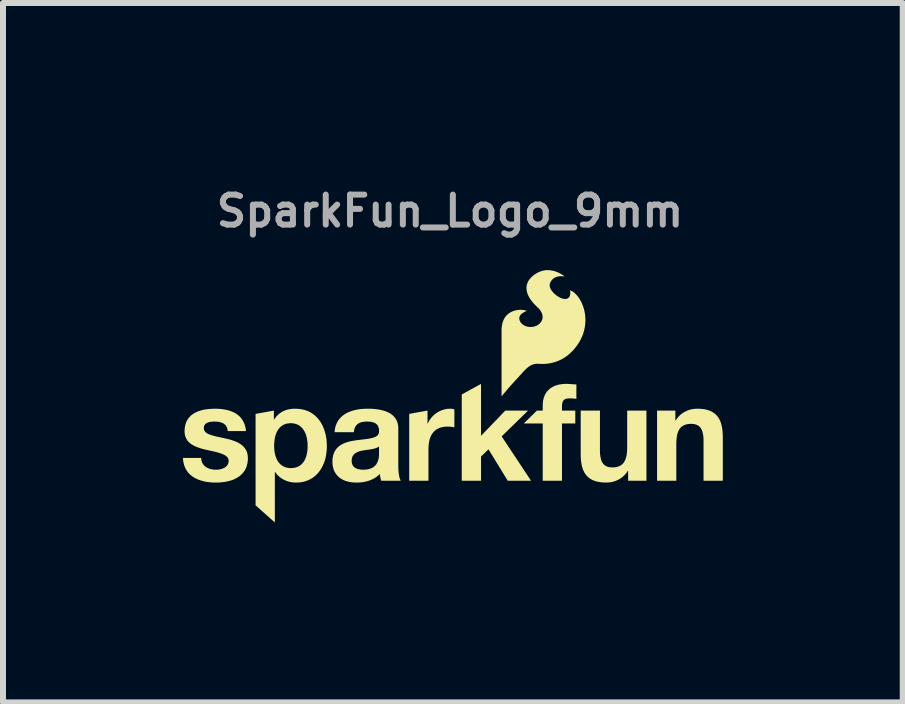
<source format=kicad_pcb>
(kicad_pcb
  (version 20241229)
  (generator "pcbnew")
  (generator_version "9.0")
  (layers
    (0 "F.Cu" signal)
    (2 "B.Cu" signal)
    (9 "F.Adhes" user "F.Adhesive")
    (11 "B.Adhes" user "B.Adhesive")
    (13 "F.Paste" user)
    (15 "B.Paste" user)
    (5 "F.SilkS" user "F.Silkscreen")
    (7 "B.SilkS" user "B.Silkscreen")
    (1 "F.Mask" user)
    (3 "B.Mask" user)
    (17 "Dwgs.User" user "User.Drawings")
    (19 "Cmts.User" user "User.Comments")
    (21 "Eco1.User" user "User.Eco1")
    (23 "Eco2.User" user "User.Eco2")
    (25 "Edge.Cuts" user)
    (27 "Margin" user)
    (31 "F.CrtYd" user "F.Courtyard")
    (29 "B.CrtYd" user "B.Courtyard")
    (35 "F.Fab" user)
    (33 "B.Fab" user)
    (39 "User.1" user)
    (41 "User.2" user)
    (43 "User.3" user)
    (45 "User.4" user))
  (footprint "SparkFun_Logo_9mm"
    (layer "F.Cu")
    (at 4.452 4.368)
    (property "Reference" "SparkFun_Logo_9mm" (at 0 -3.9 0) (layer "F.Fab") (effects (font (size 0.5 0.5) (thickness 0.1))))
    (attr board_only exclude_from_pos_files exclude_from_bom)
    (fp_poly (pts (xy 0.517 -0.152) (xy 0.922 -0.573) (xy 1.302 -0.573) (xy 0.861 -0.143) (xy 1.351 0.596) (xy 0.962 0.596) (xy 0.642 0.073) (xy 0.517 0.193) (xy 0.517 0.596) (xy 0.196 0.596) (xy 0.196 -0.842) (xy 0.517 -1.018)) (stroke (width 0) (type solid)) (fill yes) (layer "F.SilkS"))
    (fp_poly (pts (xy 0.007 -0.604) (xy 0.012 -0.604) (xy 0.016 -0.604) (xy 0.021 -0.604) (xy 0.029 -0.603) (xy 0.038 -0.601) (xy 0.047 -0.6) (xy 0.056 -0.598) (xy 0.064 -0.595) (xy 0.073 -0.593) (xy 0.073 -0.295) (xy 0.061 -0.297) (xy 0.047 -0.299) (xy 0.033 -0.301) (xy 0.018 -0.303) (xy 0.003 -0.304) (xy -0.013 -0.305) (xy -0.028 -0.306) (xy -0.043 -0.306) (xy -0.065 -0.306) (xy -0.085 -0.304) (xy -0.105 -0.302) (xy -0.125 -0.298) (xy -0.143 -0.294) (xy -0.16 -0.289) (xy -0.177 -0.283) (xy -0.192 -0.277) (xy -0.207 -0.269) (xy -0.221 -0.261) (xy -0.235 -0.252) (xy -0.247 -0.242) (xy -0.259 -0.232) (xy -0.27 -0.221) (xy -0.28 -0.209) (xy -0.29 -0.196) (xy -0.299 -0.183) (xy -0.307 -0.17) (xy -0.315 -0.156) (xy -0.322 -0.141) (xy -0.328 -0.126) (xy -0.334 -0.11) (xy -0.339 -0.094) (xy -0.343 -0.077) (xy -0.347 -0.06) (xy -0.35 -0.043) (xy -0.355 -0.007) (xy -0.358 0.031) (xy -0.359 0.069) (xy -0.359 0.596) (xy -0.68 0.596) (xy -0.68 -0.518) (xy -0.375 -0.573) (xy -0.375 -0.356) (xy -0.371 -0.356) (xy -0.365 -0.369) (xy -0.358 -0.383) (xy -0.351 -0.396) (xy -0.344 -0.409) (xy -0.336 -0.421) (xy -0.327 -0.433) (xy -0.318 -0.445) (xy -0.309 -0.457) (xy -0.299 -0.468) (xy -0.289 -0.479) (xy -0.279 -0.489) (xy -0.268 -0.499) (xy -0.257 -0.509) (xy -0.245 -0.518) (xy -0.234 -0.527) (xy -0.221 -0.535) (xy -0.209 -0.543) (xy -0.196 -0.551) (xy -0.183 -0.558) (xy -0.17 -0.564) (xy -0.157 -0.571) (xy -0.143 -0.576) (xy -0.129 -0.582) (xy -0.115 -0.586) (xy -0.101 -0.59) (xy -0.086 -0.594) (xy -0.072 -0.597) (xy -0.057 -0.6) (xy -0.043 -0.602) (xy -0.028 -0.603) (xy -0.013 -0.604) (xy 0.002 -0.604)) (stroke (width 0) (type solid)) (fill yes) (layer "F.SilkS"))
    (fp_poly (pts (xy 1.959 -1.018) (xy 1.98 -1.017) (xy 2.001 -1.016) (xy 2.023 -1.014) (xy 2.065 -1.011) (xy 2.086 -1.01) (xy 2.107 -1.009) (xy 2.107 -0.769) (xy 2.092 -0.771) (xy 2.078 -0.772) (xy 2.063 -0.774) (xy 2.048 -0.775) (xy 2.033 -0.775) (xy 2.018 -0.776) (xy 2.004 -0.776) (xy 1.989 -0.776) (xy 1.974 -0.776) (xy 1.966 -0.775) (xy 1.959 -0.774) (xy 1.952 -0.773) (xy 1.945 -0.772) (xy 1.939 -0.771) (xy 1.933 -0.769) (xy 1.927 -0.767) (xy 1.922 -0.765) (xy 1.917 -0.762) (xy 1.912 -0.76) (xy 1.907 -0.757) (xy 1.903 -0.753) (xy 1.899 -0.75) (xy 1.895 -0.746) (xy 1.892 -0.742) (xy 1.888 -0.737) (xy 1.885 -0.733) (xy 1.883 -0.728) (xy 1.88 -0.722) (xy 1.878 -0.717) (xy 1.876 -0.711) (xy 1.874 -0.705) (xy 1.872 -0.698) (xy 1.871 -0.691) (xy 1.87 -0.684) (xy 1.869 -0.676) (xy 1.868 -0.66) (xy 1.867 -0.643) (xy 1.867 -0.573) (xy 2.089 -0.573) (xy 2.089 -0.358) (xy 1.867 -0.358) (xy 1.867 0.596) (xy 1.546 0.596) (xy 1.546 -0.358) (xy 1.23 -0.358) (xy 1.449 -0.573) (xy 1.546 -0.573) (xy 1.546 -0.663) (xy 1.547 -0.682) (xy 1.548 -0.701) (xy 1.55 -0.72) (xy 1.552 -0.738) (xy 1.556 -0.756) (xy 1.56 -0.773) (xy 1.565 -0.79) (xy 1.571 -0.806) (xy 1.577 -0.822) (xy 1.584 -0.837) (xy 1.592 -0.852) (xy 1.601 -0.867) (xy 1.61 -0.881) (xy 1.621 -0.894) (xy 1.632 -0.906) (xy 1.644 -0.918) (xy 1.656 -0.93) (xy 1.669 -0.941) (xy 1.684 -0.951) (xy 1.698 -0.96) (xy 1.714 -0.969) (xy 1.731 -0.978) (xy 1.748 -0.985) (xy 1.766 -0.992) (xy 1.784 -0.998) (xy 1.804 -1.003) (xy 1.824 -1.008) (xy 1.845 -1.011) (xy 1.867 -1.014) (xy 1.89 -1.016) (xy 1.913 -1.018) (xy 1.937 -1.018)) (stroke (width 0) (type solid)) (fill yes) (layer "F.SilkS"))
    (fp_poly (pts (xy 2.5 0.087) (xy 2.5 0.122) (xy 2.502 0.155) (xy 2.506 0.185) (xy 2.511 0.213) (xy 2.517 0.239) (xy 2.525 0.262) (xy 2.529 0.273) (xy 2.534 0.284) (xy 2.54 0.293) (xy 2.546 0.303) (xy 2.552 0.311) (xy 2.559 0.319) (xy 2.566 0.327) (xy 2.574 0.334) (xy 2.582 0.34) (xy 2.591 0.346) (xy 2.6 0.351) (xy 2.609 0.356) (xy 2.619 0.36) (xy 2.63 0.364) (xy 2.641 0.367) (xy 2.653 0.37) (xy 2.665 0.372) (xy 2.678 0.373) (xy 2.691 0.374) (xy 2.705 0.374) (xy 2.721 0.374) (xy 2.737 0.373) (xy 2.752 0.371) (xy 2.766 0.369) (xy 2.78 0.367) (xy 2.793 0.363) (xy 2.805 0.36) (xy 2.818 0.355) (xy 2.829 0.35) (xy 2.84 0.344) (xy 2.851 0.338) (xy 2.86 0.331) (xy 2.87 0.323) (xy 2.879 0.315) (xy 2.887 0.306) (xy 2.895 0.296) (xy 2.902 0.285) (xy 2.909 0.274) (xy 2.915 0.262) (xy 2.921 0.25) (xy 2.926 0.236) (xy 2.931 0.222) (xy 2.936 0.207) (xy 2.939 0.192) (xy 2.943 0.176) (xy 2.946 0.159) (xy 2.948 0.141) (xy 2.95 0.122) (xy 2.952 0.103) (xy 2.953 0.082) (xy 2.954 0.04) (xy 2.954 -0.573) (xy 3.275 -0.573) (xy 3.275 0.596) (xy 2.97 0.596) (xy 2.97 0.433) (xy 2.963 0.433) (xy 2.955 0.445) (xy 2.947 0.457) (xy 2.939 0.468) (xy 2.93 0.479) (xy 2.921 0.49) (xy 2.911 0.5) (xy 2.902 0.51) (xy 2.892 0.519) (xy 2.882 0.528) (xy 2.871 0.537) (xy 2.861 0.545) (xy 2.85 0.553) (xy 2.828 0.567) (xy 2.805 0.58) (xy 2.781 0.591) (xy 2.757 0.601) (xy 2.732 0.609) (xy 2.707 0.616) (xy 2.682 0.621) (xy 2.657 0.624) (xy 2.631 0.626) (xy 2.606 0.627) (xy 2.575 0.627) (xy 2.545 0.625) (xy 2.516 0.622) (xy 2.489 0.618) (xy 2.464 0.613) (xy 2.44 0.608) (xy 2.417 0.601) (xy 2.395 0.593) (xy 2.375 0.584) (xy 2.356 0.574) (xy 2.338 0.563) (xy 2.321 0.551) (xy 2.305 0.538) (xy 2.29 0.525) (xy 2.277 0.51) (xy 2.264 0.495) (xy 2.253 0.479) (xy 2.242 0.462) (xy 2.233 0.444) (xy 2.224 0.425) (xy 2.216 0.406) (xy 2.209 0.386) (xy 2.203 0.365) (xy 2.197 0.343) (xy 2.189 0.298) (xy 2.183 0.25) (xy 2.18 0.199) (xy 2.179 0.146) (xy 2.179 -0.573) (xy 2.5 -0.573)) (stroke (width 0) (type solid)) (fill yes) (layer "F.SilkS"))
    (fp_poly (pts (xy 4.152 -0.604) (xy 4.182 -0.602) (xy 4.21 -0.599) (xy 4.237 -0.596) (xy 4.263 -0.591) (xy 4.287 -0.585) (xy 4.31 -0.578) (xy 4.332 -0.57) (xy 4.352 -0.561) (xy 4.371 -0.551) (xy 4.389 -0.54) (xy 4.406 -0.528) (xy 4.422 -0.516) (xy 4.436 -0.502) (xy 4.45 -0.487) (xy 4.462 -0.472) (xy 4.474 -0.456) (xy 4.485 -0.439) (xy 4.494 -0.421) (xy 4.503 -0.402) (xy 4.511 -0.383) (xy 4.518 -0.363) (xy 4.524 -0.342) (xy 4.529 -0.32) (xy 4.538 -0.275) (xy 4.544 -0.227) (xy 4.547 -0.176) (xy 4.548 -0.123) (xy 4.548 0.596) (xy 4.227 0.596) (xy 4.227 -0.064) (xy 4.227 -0.099) (xy 4.225 -0.132) (xy 4.221 -0.162) (xy 4.216 -0.19) (xy 4.21 -0.216) (xy 4.202 -0.239) (xy 4.197 -0.25) (xy 4.192 -0.261) (xy 4.187 -0.271) (xy 4.181 -0.28) (xy 4.175 -0.288) (xy 4.168 -0.297) (xy 4.161 -0.304) (xy 4.153 -0.311) (xy 4.145 -0.318) (xy 4.136 -0.323) (xy 4.127 -0.329) (xy 4.117 -0.333) (xy 4.107 -0.338) (xy 4.097 -0.341) (xy 4.085 -0.344) (xy 4.074 -0.347) (xy 4.062 -0.349) (xy 4.049 -0.35) (xy 4.035 -0.351) (xy 4.021 -0.351) (xy 4.005 -0.351) (xy 3.99 -0.35) (xy 3.975 -0.349) (xy 3.961 -0.347) (xy 3.947 -0.344) (xy 3.934 -0.341) (xy 3.921 -0.337) (xy 3.909 -0.332) (xy 3.898 -0.327) (xy 3.887 -0.321) (xy 3.876 -0.315) (xy 3.866 -0.308) (xy 3.857 -0.3) (xy 3.848 -0.292) (xy 3.84 -0.283) (xy 3.832 -0.273) (xy 3.825 -0.263) (xy 3.818 -0.251) (xy 3.812 -0.239) (xy 3.806 -0.227) (xy 3.801 -0.214) (xy 3.796 -0.199) (xy 3.791 -0.185) (xy 3.787 -0.169) (xy 3.784 -0.153) (xy 3.781 -0.136) (xy 3.779 -0.118) (xy 3.777 -0.099) (xy 3.775 -0.08) (xy 3.774 -0.06) (xy 3.773 -0.017) (xy 3.773 0.596) (xy 3.452 0.596) (xy 3.452 -0.573) (xy 3.757 -0.573) (xy 3.757 -0.41) (xy 3.764 -0.41) (xy 3.772 -0.422) (xy 3.78 -0.434) (xy 3.788 -0.446) (xy 3.797 -0.457) (xy 3.806 -0.467) (xy 3.815 -0.477) (xy 3.825 -0.487) (xy 3.835 -0.497) (xy 3.845 -0.506) (xy 3.855 -0.514) (xy 3.866 -0.522) (xy 3.877 -0.53) (xy 3.899 -0.544) (xy 3.922 -0.557) (xy 3.946 -0.568) (xy 3.97 -0.578) (xy 3.994 -0.586) (xy 4.019 -0.593) (xy 4.045 -0.598) (xy 4.07 -0.601) (xy 4.096 -0.604) (xy 4.121 -0.604)) (stroke (width 0) (type solid)) (fill yes) (layer "F.SilkS"))
    (fp_poly (pts (xy -2.55 -0.603) (xy -2.517 -0.601) (xy -2.486 -0.597) (xy -2.456 -0.591) (xy -2.427 -0.584) (xy -2.399 -0.575) (xy -2.372 -0.565) (xy -2.346 -0.553) (xy -2.322 -0.54) (xy -2.298 -0.526) (xy -2.276 -0.51) (xy -2.255 -0.493) (xy -2.235 -0.475) (xy -2.216 -0.456) (xy -2.198 -0.436) (xy -2.181 -0.415) (xy -2.165 -0.393) (xy -2.15 -0.37) (xy -2.137 -0.346) (xy -2.124 -0.321) (xy -2.113 -0.295) (xy -2.102 -0.269) (xy -2.093 -0.242) (xy -2.084 -0.214) (xy -2.077 -0.186) (xy -2.07 -0.157) (xy -2.06 -0.099) (xy -2.055 -0.038) (xy -2.053 0.024) (xy -2.055 0.082) (xy -2.061 0.139) (xy -2.07 0.195) (xy -2.084 0.25) (xy -2.102 0.302) (xy -2.124 0.352) (xy -2.137 0.376) (xy -2.15 0.399) (xy -2.165 0.421) (xy -2.18 0.443) (xy -2.197 0.463) (xy -2.214 0.483) (xy -2.233 0.501) (xy -2.252 0.519) (xy -2.273 0.535) (xy -2.294 0.55) (xy -2.317 0.564) (xy -2.341 0.577) (xy -2.365 0.588) (xy -2.391 0.598) (xy -2.417 0.607) (xy -2.445 0.614) (xy -2.474 0.62) (xy -2.503 0.624) (xy -2.534 0.626) (xy -2.566 0.627) (xy -2.592 0.627) (xy -2.618 0.624) (xy -2.644 0.621) (xy -2.669 0.616) (xy -2.694 0.61) (xy -2.718 0.602) (xy -2.742 0.593) (xy -2.764 0.582) (xy -2.787 0.571) (xy -2.808 0.557) (xy -2.828 0.543) (xy -2.848 0.527) (xy -2.866 0.51) (xy -2.884 0.492) (xy -2.9 0.472) (xy -2.916 0.451) (xy -2.92 0.451) (xy -2.92 1.292) (xy -3.241 1.007) (xy -3.241 0.015) (xy -2.932 0.015) (xy -2.931 0.05) (xy -2.928 0.085) (xy -2.924 0.119) (xy -2.917 0.153) (xy -2.909 0.185) (xy -2.898 0.215) (xy -2.885 0.244) (xy -2.878 0.258) (xy -2.87 0.271) (xy -2.861 0.284) (xy -2.852 0.296) (xy -2.842 0.307) (xy -2.832 0.318) (xy -2.82 0.328) (xy -2.809 0.338) (xy -2.796 0.346) (xy -2.783 0.354) (xy -2.769 0.361) (xy -2.755 0.367) (xy -2.739 0.373) (xy -2.723 0.377) (xy -2.706 0.381) (xy -2.689 0.383) (xy -2.671 0.385) (xy -2.651 0.385) (xy -2.632 0.385) (xy -2.614 0.383) (xy -2.596 0.381) (xy -2.579 0.377) (xy -2.563 0.373) (xy -2.548 0.367) (xy -2.533 0.361) (xy -2.519 0.354) (xy -2.506 0.346) (xy -2.494 0.338) (xy -2.482 0.328) (xy -2.471 0.318) (xy -2.461 0.307) (xy -2.451 0.296) (xy -2.442 0.284) (xy -2.434 0.271) (xy -2.426 0.258) (xy -2.419 0.244) (xy -2.412 0.23) (xy -2.406 0.215) (xy -2.401 0.2) (xy -2.396 0.185) (xy -2.391 0.169) (xy -2.387 0.153) (xy -2.381 0.119) (xy -2.377 0.085) (xy -2.374 0.05) (xy -2.374 0.015) (xy -2.374 -0.02) (xy -2.377 -0.055) (xy -2.382 -0.09) (xy -2.388 -0.123) (xy -2.397 -0.156) (xy -2.408 -0.187) (xy -2.421 -0.217) (xy -2.429 -0.231) (xy -2.437 -0.244) (xy -2.445 -0.257) (xy -2.454 -0.27) (xy -2.464 -0.281) (xy -2.475 -0.293) (xy -2.486 -0.303) (xy -2.498 -0.313) (xy -2.51 -0.322) (xy -2.523 -0.33) (xy -2.537 -0.337) (xy -2.551 -0.344) (xy -2.567 -0.349) (xy -2.583 -0.354) (xy -2.599 -0.358) (xy -2.617 -0.36) (xy -2.635 -0.362) (xy -2.654 -0.363) (xy -2.673 -0.362) (xy -2.691 -0.36) (xy -2.709 -0.358) (xy -2.726 -0.354) (xy -2.742 -0.35) (xy -2.757 -0.344) (xy -2.772 -0.338) (xy -2.786 -0.33) (xy -2.799 -0.322) (xy -2.811 -0.313) (xy -2.823 -0.304) (xy -2.834 -0.293) (xy -2.844 -0.282) (xy -2.854 -0.27) (xy -2.863 -0.258) (xy -2.871 -0.245) (xy -2.879 -0.231) (xy -2.886 -0.217) (xy -2.893 -0.203) (xy -2.899 -0.188) (xy -2.905 -0.173) (xy -2.91 -0.157) (xy -2.914 -0.141) (xy -2.918 -0.124) (xy -2.924 -0.09) (xy -2.928 -0.056) (xy -2.931 -0.021) (xy -2.932 0.015) (xy -3.241 0.015) (xy -3.241 -0.518) (xy -2.936 -0.573) (xy -2.936 -0.424) (xy -2.932 -0.424) (xy -2.924 -0.435) (xy -2.916 -0.447) (xy -2.908 -0.457) (xy -2.9 -0.468) (xy -2.891 -0.478) (xy -2.883 -0.487) (xy -2.873 -0.496) (xy -2.864 -0.505) (xy -2.855 -0.514) (xy -2.845 -0.522) (xy -2.835 -0.529) (xy -2.825 -0.536) (xy -2.815 -0.543) (xy -2.804 -0.55) (xy -2.793 -0.556) (xy -2.782 -0.561) (xy -2.771 -0.567) (xy -2.76 -0.572) (xy -2.736 -0.581) (xy -2.713 -0.588) (xy -2.688 -0.594) (xy -2.663 -0.598) (xy -2.637 -0.602) (xy -2.611 -0.604) (xy -2.584 -0.604)) (stroke (width 0) (type solid)) (fill yes) (layer "F.SilkS"))
    (fp_poly (pts (xy -1.331 -0.604) (xy -1.286 -0.602) (xy -1.241 -0.598) (xy -1.197 -0.592) (xy -1.153 -0.584) (xy -1.11 -0.573) (xy -1.07 -0.56) (xy -1.031 -0.543) (xy -1.013 -0.534) (xy -0.995 -0.524) (xy -0.979 -0.513) (xy -0.963 -0.5) (xy -0.948 -0.487) (xy -0.934 -0.473) (xy -0.921 -0.458) (xy -0.909 -0.442) (xy -0.899 -0.425) (xy -0.889 -0.407) (xy -0.881 -0.388) (xy -0.874 -0.367) (xy -0.869 -0.345) (xy -0.865 -0.322) (xy -0.863 -0.298) (xy -0.862 -0.272) (xy -0.862 0.336) (xy -0.861 0.376) (xy -0.86 0.415) (xy -0.857 0.452) (xy -0.853 0.488) (xy -0.85 0.505) (xy -0.847 0.521) (xy -0.844 0.536) (xy -0.84 0.55) (xy -0.836 0.563) (xy -0.831 0.575) (xy -0.827 0.586) (xy -0.821 0.596) (xy -1.146 0.596) (xy -1.151 0.582) (xy -1.155 0.568) (xy -1.158 0.554) (xy -1.161 0.54) (xy -1.164 0.526) (xy -1.166 0.511) (xy -1.168 0.497) (xy -1.169 0.483) (xy -1.189 0.502) (xy -1.21 0.519) (xy -1.231 0.536) (xy -1.253 0.55) (xy -1.276 0.563) (xy -1.3 0.575) (xy -1.325 0.586) (xy -1.35 0.595) (xy -1.375 0.603) (xy -1.401 0.61) (xy -1.428 0.615) (xy -1.454 0.62) (xy -1.481 0.623) (xy -1.508 0.625) (xy -1.535 0.627) (xy -1.563 0.627) (xy -1.604 0.626) (xy -1.644 0.622) (xy -1.682 0.615) (xy -1.719 0.606) (xy -1.737 0.601) (xy -1.754 0.594) (xy -1.771 0.587) (xy -1.787 0.58) (xy -1.802 0.571) (xy -1.817 0.562) (xy -1.832 0.552) (xy -1.845 0.542) (xy -1.858 0.531) (xy -1.871 0.519) (xy -1.882 0.506) (xy -1.893 0.493) (xy -1.904 0.479) (xy -1.913 0.464) (xy -1.922 0.449) (xy -1.93 0.433) (xy -1.937 0.416) (xy -1.943 0.398) (xy -1.948 0.38) (xy -1.952 0.361) (xy -1.956 0.341) (xy -1.958 0.32) (xy -1.96 0.299) (xy -1.96 0.277) (xy -1.959 0.263) (xy -1.639 0.263) (xy -1.639 0.274) (xy -1.638 0.285) (xy -1.637 0.294) (xy -1.635 0.304) (xy -1.633 0.312) (xy -1.63 0.321) (xy -1.627 0.329) (xy -1.623 0.336) (xy -1.619 0.343) (xy -1.615 0.35) (xy -1.61 0.356) (xy -1.605 0.362) (xy -1.599 0.368) (xy -1.593 0.373) (xy -1.587 0.378) (xy -1.58 0.382) (xy -1.573 0.386) (xy -1.566 0.39) (xy -1.558 0.393) (xy -1.551 0.396) (xy -1.543 0.399) (xy -1.534 0.402) (xy -1.526 0.404) (xy -1.517 0.406) (xy -1.499 0.409) (xy -1.481 0.411) (xy -1.462 0.412) (xy -1.443 0.413) (xy -1.42 0.412) (xy -1.398 0.41) (xy -1.378 0.408) (xy -1.359 0.404) (xy -1.342 0.399) (xy -1.326 0.394) (xy -1.31 0.388) (xy -1.296 0.381) (xy -1.283 0.373) (xy -1.271 0.365) (xy -1.26 0.356) (xy -1.25 0.347) (xy -1.241 0.337) (xy -1.233 0.327) (xy -1.225 0.316) (xy -1.219 0.305) (xy -1.213 0.294) (xy -1.208 0.283) (xy -1.203 0.272) (xy -1.199 0.261) (xy -1.193 0.238) (xy -1.188 0.216) (xy -1.185 0.195) (xy -1.184 0.176) (xy -1.183 0.144) (xy -1.183 0.024) (xy -1.188 0.028) (xy -1.194 0.032) (xy -1.2 0.036) (xy -1.206 0.04) (xy -1.219 0.046) (xy -1.233 0.052) (xy -1.249 0.057) (xy -1.265 0.061) (xy -1.282 0.065) (xy -1.299 0.069) (xy -1.449 0.092) (xy -1.468 0.095) (xy -1.486 0.099) (xy -1.504 0.104) (xy -1.521 0.11) (xy -1.538 0.116) (xy -1.553 0.123) (xy -1.568 0.131) (xy -1.575 0.136) (xy -1.582 0.14) (xy -1.588 0.145) (xy -1.594 0.151) (xy -1.6 0.156) (xy -1.606 0.162) (xy -1.611 0.169) (xy -1.615 0.175) (xy -1.62 0.182) (xy -1.624 0.19) (xy -1.627 0.197) (xy -1.63 0.206) (xy -1.633 0.214) (xy -1.635 0.223) (xy -1.637 0.233) (xy -1.638 0.242) (xy -1.639 0.253) (xy -1.639 0.263) (xy -1.959 0.263) (xy -1.958 0.229) (xy -1.951 0.187) (xy -1.94 0.148) (xy -1.925 0.113) (xy -1.907 0.083) (xy -1.886 0.055) (xy -1.862 0.031) (xy -1.835 0.01) (xy -1.806 -0.008) (xy -1.775 -0.023) (xy -1.743 -0.037) (xy -1.709 -0.048) (xy -1.674 -0.058) (xy -1.638 -0.066) (xy -1.565 -0.078) (xy -1.422 -0.095) (xy -1.356 -0.104) (xy -1.298 -0.116) (xy -1.272 -0.124) (xy -1.249 -0.133) (xy -1.229 -0.143) (xy -1.212 -0.156) (xy -1.199 -0.171) (xy -1.189 -0.188) (xy -1.184 -0.208) (xy -1.183 -0.231) (xy -1.183 -0.244) (xy -1.184 -0.256) (xy -1.185 -0.267) (xy -1.187 -0.277) (xy -1.19 -0.287) (xy -1.192 -0.296) (xy -1.196 -0.305) (xy -1.199 -0.313) (xy -1.204 -0.321) (xy -1.208 -0.328) (xy -1.213 -0.335) (xy -1.219 -0.341) (xy -1.225 -0.347) (xy -1.231 -0.352) (xy -1.238 -0.357) (xy -1.244 -0.361) (xy -1.252 -0.366) (xy -1.259 -0.369) (xy -1.267 -0.373) (xy -1.275 -0.375) (xy -1.284 -0.378) (xy -1.293 -0.38) (xy -1.301 -0.382) (xy -1.311 -0.384) (xy -1.33 -0.387) (xy -1.349 -0.389) (xy -1.37 -0.39) (xy -1.391 -0.39) (xy -1.413 -0.389) (xy -1.435 -0.387) (xy -1.456 -0.384) (xy -1.475 -0.38) (xy -1.484 -0.377) (xy -1.493 -0.374) (xy -1.501 -0.371) (xy -1.51 -0.367) (xy -1.518 -0.363) (xy -1.525 -0.359) (xy -1.532 -0.354) (xy -1.539 -0.349) (xy -1.546 -0.344) (xy -1.552 -0.338) (xy -1.558 -0.331) (xy -1.564 -0.325) (xy -1.569 -0.318) (xy -1.574 -0.31) (xy -1.579 -0.303) (xy -1.583 -0.294) (xy -1.587 -0.286) (xy -1.59 -0.277) (xy -1.593 -0.267) (xy -1.596 -0.257) (xy -1.598 -0.247) (xy -1.6 -0.236) (xy -1.602 -0.225) (xy -1.603 -0.213) (xy -1.924 -0.213) (xy -1.922 -0.241) (xy -1.918 -0.267) (xy -1.913 -0.292) (xy -1.906 -0.316) (xy -1.898 -0.339) (xy -1.889 -0.36) (xy -1.879 -0.381) (xy -1.868 -0.4) (xy -1.855 -0.419) (xy -1.842 -0.436) (xy -1.827 -0.453) (xy -1.812 -0.468) (xy -1.795 -0.483) (xy -1.778 -0.496) (xy -1.76 -0.509) (xy -1.741 -0.521) (xy -1.722 -0.532) (xy -1.701 -0.542) (xy -1.681 -0.551) (xy -1.659 -0.559) (xy -1.637 -0.567) (xy -1.615 -0.574) (xy -1.592 -0.58) (xy -1.569 -0.585) (xy -1.522 -0.594) (xy -1.473 -0.6) (xy -1.424 -0.603) (xy -1.375 -0.604)) (stroke (width 0) (type solid)) (fill yes) (layer "F.SilkS"))
    (fp_poly (pts (xy -3.869 -0.603) (xy -3.823 -0.6) (xy -3.777 -0.594) (xy -3.733 -0.586) (xy -3.69 -0.576) (xy -3.649 -0.562) (xy -3.61 -0.545) (xy -3.591 -0.536) (xy -3.573 -0.526) (xy -3.556 -0.514) (xy -3.539 -0.502) (xy -3.523 -0.489) (xy -3.508 -0.476) (xy -3.494 -0.461) (xy -3.481 -0.445) (xy -3.468 -0.428) (xy -3.457 -0.411) (xy -3.446 -0.392) (xy -3.436 -0.372) (xy -3.428 -0.352) (xy -3.42 -0.33) (xy -3.414 -0.307) (xy -3.408 -0.283) (xy -3.404 -0.258) (xy -3.401 -0.231) (xy -3.706 -0.231) (xy -3.707 -0.243) (xy -3.709 -0.254) (xy -3.711 -0.264) (xy -3.713 -0.274) (xy -3.716 -0.283) (xy -3.72 -0.292) (xy -3.724 -0.301) (xy -3.728 -0.309) (xy -3.733 -0.316) (xy -3.738 -0.323) (xy -3.743 -0.33) (xy -3.749 -0.336) (xy -3.755 -0.342) (xy -3.762 -0.347) (xy -3.769 -0.353) (xy -3.776 -0.357) (xy -3.784 -0.362) (xy -3.791 -0.366) (xy -3.799 -0.369) (xy -3.808 -0.372) (xy -3.817 -0.375) (xy -3.825 -0.378) (xy -3.835 -0.38) (xy -3.844 -0.383) (xy -3.863 -0.386) (xy -3.883 -0.388) (xy -3.904 -0.389) (xy -3.925 -0.39) (xy -3.939 -0.39) (xy -3.954 -0.389) (xy -3.969 -0.388) (xy -3.984 -0.387) (xy -3.999 -0.384) (xy -4.014 -0.381) (xy -4.028 -0.377) (xy -4.042 -0.372) (xy -4.049 -0.369) (xy -4.055 -0.366) (xy -4.061 -0.362) (xy -4.067 -0.358) (xy -4.072 -0.354) (xy -4.077 -0.349) (xy -4.082 -0.344) (xy -4.086 -0.339) (xy -4.09 -0.333) (xy -4.094 -0.327) (xy -4.097 -0.321) (xy -4.099 -0.314) (xy -4.101 -0.306) (xy -4.103 -0.298) (xy -4.104 -0.29) (xy -4.104 -0.281) (xy -4.104 -0.271) (xy -4.102 -0.261) (xy -4.099 -0.251) (xy -4.096 -0.242) (xy -4.091 -0.234) (xy -4.086 -0.226) (xy -4.08 -0.218) (xy -4.073 -0.211) (xy -4.065 -0.205) (xy -4.056 -0.198) (xy -4.047 -0.192) (xy -4.037 -0.187) (xy -4.026 -0.181) (xy -4.014 -0.176) (xy -4.002 -0.172) (xy -3.99 -0.167) (xy -3.963 -0.159) (xy -3.935 -0.151) (xy -3.905 -0.143) (xy -3.873 -0.136) (xy -3.808 -0.122) (xy -3.774 -0.115) (xy -3.74 -0.107) (xy -3.705 -0.099) (xy -3.67 -0.09) (xy -3.636 -0.08) (xy -3.603 -0.068) (xy -3.571 -0.056) (xy -3.54 -0.042) (xy -3.512 -0.026) (xy -3.485 -0.009) (xy -3.472 0.001) (xy -3.46 0.011) (xy -3.448 0.022) (xy -3.437 0.033) (xy -3.427 0.045) (xy -3.418 0.057) (xy -3.409 0.07) (xy -3.401 0.084) (xy -3.394 0.098) (xy -3.388 0.113) (xy -3.382 0.129) (xy -3.378 0.146) (xy -3.374 0.163) (xy -3.372 0.182) (xy -3.37 0.201) (xy -3.37 0.221) (xy -3.37 0.249) (xy -3.373 0.276) (xy -3.376 0.302) (xy -3.382 0.326) (xy -3.388 0.35) (xy -3.396 0.372) (xy -3.405 0.394) (xy -3.416 0.414) (xy -3.427 0.433) (xy -3.44 0.451) (xy -3.454 0.468) (xy -3.469 0.484) (xy -3.484 0.499) (xy -3.501 0.514) (xy -3.519 0.527) (xy -3.537 0.539) (xy -3.556 0.551) (xy -3.576 0.561) (xy -3.597 0.571) (xy -3.618 0.58) (xy -3.64 0.588) (xy -3.662 0.595) (xy -3.685 0.601) (xy -3.708 0.607) (xy -3.756 0.616) (xy -3.804 0.622) (xy -3.853 0.626) (xy -3.903 0.627) (xy -3.954 0.626) (xy -4.004 0.622) (xy -4.053 0.616) (xy -4.102 0.607) (xy -4.148 0.594) (xy -4.193 0.579) (xy -4.235 0.56) (xy -4.255 0.549) (xy -4.275 0.538) (xy -4.294 0.525) (xy -4.311 0.512) (xy -4.329 0.498) (xy -4.345 0.482) (xy -4.36 0.466) (xy -4.374 0.449) (xy -4.387 0.43) (xy -4.4 0.411) (xy -4.41 0.39) (xy -4.42 0.369) (xy -4.429 0.346) (xy -4.436 0.323) (xy -4.442 0.298) (xy -4.447 0.272) (xy -4.45 0.244) (xy -4.452 0.216) (xy -4.147 0.216) (xy -4.147 0.229) (xy -4.146 0.241) (xy -4.144 0.253) (xy -4.142 0.264) (xy -4.139 0.275) (xy -4.135 0.285) (xy -4.131 0.295) (xy -4.126 0.305) (xy -4.121 0.314) (xy -4.115 0.323) (xy -4.109 0.331) (xy -4.102 0.339) (xy -4.095 0.346) (xy -4.087 0.353) (xy -4.079 0.36) (xy -4.07 0.366) (xy -4.062 0.372) (xy -4.052 0.377) (xy -4.043 0.382) (xy -4.033 0.387) (xy -4.023 0.391) (xy -4.013 0.395) (xy -4.002 0.398) (xy -3.991 0.401) (xy -3.981 0.404) (xy -3.969 0.406) (xy -3.947 0.41) (xy -3.924 0.412) (xy -3.901 0.413) (xy -3.883 0.412) (xy -3.866 0.411) (xy -3.848 0.409) (xy -3.83 0.405) (xy -3.812 0.401) (xy -3.794 0.395) (xy -3.778 0.388) (xy -3.762 0.38) (xy -3.754 0.376) (xy -3.747 0.371) (xy -3.74 0.366) (xy -3.733 0.36) (xy -3.727 0.354) (xy -3.721 0.348) (xy -3.716 0.342) (xy -3.711 0.335) (xy -3.706 0.327) (xy -3.702 0.319) (xy -3.699 0.311) (xy -3.696 0.302) (xy -3.693 0.293) (xy -3.692 0.284) (xy -3.691 0.274) (xy -3.69 0.264) (xy -3.691 0.255) (xy -3.692 0.246) (xy -3.694 0.238) (xy -3.697 0.23) (xy -3.7 0.222) (xy -3.704 0.215) (xy -3.709 0.208) (xy -3.715 0.201) (xy -3.722 0.194) (xy -3.729 0.188) (xy -3.737 0.182) (xy -3.745 0.176) (xy -3.755 0.17) (xy -3.765 0.165) (xy -3.775 0.16) (xy -3.787 0.154) (xy -3.799 0.149) (xy -3.811 0.145) (xy -3.825 0.14) (xy -3.839 0.135) (xy -3.869 0.126) (xy -3.901 0.117) (xy -3.936 0.109) (xy -3.973 0.1) (xy -4.013 0.092) (xy -4.054 0.083) (xy -4.124 0.066) (xy -4.158 0.056) (xy -4.191 0.045) (xy -4.223 0.033) (xy -4.254 0.02) (xy -4.283 0.005) (xy -4.31 -0.011) (xy -4.323 -0.02) (xy -4.335 -0.03) (xy -4.346 -0.04) (xy -4.357 -0.05) (xy -4.367 -0.062) (xy -4.377 -0.073) (xy -4.385 -0.086) (xy -4.393 -0.099) (xy -4.4 -0.112) (xy -4.407 -0.127) (xy -4.412 -0.142) (xy -4.417 -0.158) (xy -4.42 -0.174) (xy -4.423 -0.192) (xy -4.424 -0.21) (xy -4.425 -0.229) (xy -4.424 -0.256) (xy -4.422 -0.283) (xy -4.418 -0.307) (xy -4.413 -0.331) (xy -4.407 -0.353) (xy -4.399 -0.375) (xy -4.391 -0.395) (xy -4.381 -0.414) (xy -4.37 -0.432) (xy -4.357 -0.448) (xy -4.344 -0.464) (xy -4.33 -0.479) (xy -4.315 -0.493) (xy -4.299 -0.506) (xy -4.282 -0.518) (xy -4.265 -0.529) (xy -4.246 -0.539) (xy -4.227 -0.548) (xy -4.208 -0.557) (xy -4.188 -0.564) (xy -4.167 -0.571) (xy -4.146 -0.577) (xy -4.124 -0.583) (xy -4.102 -0.588) (xy -4.057 -0.595) (xy -4.01 -0.6) (xy -3.964 -0.603) (xy -3.917 -0.604)) (stroke (width 0) (type solid)) (fill yes) (layer "F.SilkS"))
    (fp_poly (pts (xy 1.644 -2.914) (xy 1.665 -2.913) (xy 1.685 -2.91) (xy 1.705 -2.907) (xy 1.724 -2.903) (xy 1.742 -2.898) (xy 1.76 -2.892) (xy 1.777 -2.886) (xy 1.793 -2.879) (xy 1.808 -2.873) (xy 1.823 -2.866) (xy 1.849 -2.851) (xy 1.871 -2.838) (xy 1.889 -2.826) (xy 1.902 -2.816) (xy 1.913 -2.807) (xy 1.907 -2.809) (xy 1.891 -2.811) (xy 1.88 -2.812) (xy 1.867 -2.813) (xy 1.852 -2.814) (xy 1.837 -2.813) (xy 1.82 -2.812) (xy 1.803 -2.809) (xy 1.786 -2.805) (xy 1.777 -2.802) (xy 1.768 -2.799) (xy 1.76 -2.796) (xy 1.751 -2.791) (xy 1.742 -2.787) (xy 1.734 -2.782) (xy 1.726 -2.776) (xy 1.718 -2.769) (xy 1.71 -2.762) (xy 1.703 -2.755) (xy 1.694 -2.744) (xy 1.686 -2.733) (xy 1.679 -2.722) (xy 1.673 -2.711) (xy 1.67 -2.705) (xy 1.668 -2.7) (xy 1.666 -2.694) (xy 1.665 -2.688) (xy 1.663 -2.682) (xy 1.663 -2.676) (xy 1.662 -2.67) (xy 1.662 -2.664) (xy 1.662 -2.657) (xy 1.662 -2.651) (xy 1.663 -2.645) (xy 1.664 -2.638) (xy 1.666 -2.632) (xy 1.668 -2.625) (xy 1.67 -2.618) (xy 1.673 -2.612) (xy 1.676 -2.605) (xy 1.68 -2.598) (xy 1.683 -2.591) (xy 1.688 -2.584) (xy 1.692 -2.576) (xy 1.698 -2.569) (xy 1.709 -2.554) (xy 1.72 -2.542) (xy 1.732 -2.53) (xy 1.744 -2.518) (xy 1.758 -2.506) (xy 1.772 -2.495) (xy 1.787 -2.484) (xy 1.802 -2.475) (xy 1.818 -2.465) (xy 1.834 -2.457) (xy 1.849 -2.45) (xy 1.865 -2.444) (xy 1.88 -2.439) (xy 1.895 -2.436) (xy 1.902 -2.435) (xy 1.909 -2.434) (xy 1.916 -2.433) (xy 1.923 -2.433) (xy 1.93 -2.434) (xy 1.936 -2.435) (xy 1.944 -2.437) (xy 1.952 -2.439) (xy 1.959 -2.442) (xy 1.966 -2.446) (xy 1.972 -2.45) (xy 1.977 -2.454) (xy 1.982 -2.459) (xy 1.986 -2.465) (xy 1.99 -2.47) (xy 1.993 -2.476) (xy 1.996 -2.482) (xy 1.998 -2.488) (xy 2 -2.494) (xy 2.002 -2.5) (xy 2.003 -2.507) (xy 2.004 -2.513) (xy 2.005 -2.525) (xy 2.006 -2.537) (xy 2.005 -2.548) (xy 2.004 -2.558) (xy 2.003 -2.566) (xy 2.002 -2.573) (xy 2.001 -2.578) (xy 2.019 -2.571) (xy 2.036 -2.563) (xy 2.054 -2.552) (xy 2.071 -2.538) (xy 2.105 -2.507) (xy 2.138 -2.468) (xy 2.168 -2.422) (xy 2.195 -2.371) (xy 2.218 -2.314) (xy 2.237 -2.253) (xy 2.25 -2.187) (xy 2.254 -2.153) (xy 2.257 -2.119) (xy 2.258 -2.083) (xy 2.257 -2.047) (xy 2.254 -2.011) (xy 2.249 -1.974) (xy 2.242 -1.936) (xy 2.233 -1.899) (xy 2.222 -1.861) (xy 2.208 -1.823) (xy 2.191 -1.785) (xy 2.173 -1.747) (xy 2.151 -1.709) (xy 2.127 -1.672) (xy 2.099 -1.634) (xy 2.07 -1.598) (xy 2.039 -1.564) (xy 2.006 -1.532) (xy 1.972 -1.502) (xy 1.936 -1.475) (xy 1.898 -1.45) (xy 1.859 -1.427) (xy 1.818 -1.408) (xy 1.775 -1.391) (xy 1.731 -1.377) (xy 1.684 -1.365) (xy 1.636 -1.357) (xy 1.586 -1.352) (xy 1.534 -1.351) (xy 1.481 -1.352) (xy 1.466 -1.353) (xy 1.453 -1.353) (xy 1.439 -1.353) (xy 1.427 -1.352) (xy 1.414 -1.35) (xy 1.402 -1.347) (xy 1.39 -1.344) (xy 1.378 -1.34) (xy 1.367 -1.336) (xy 1.356 -1.331) (xy 1.345 -1.325) (xy 1.335 -1.319) (xy 1.313 -1.305) (xy 1.293 -1.289) (xy 1.272 -1.271) (xy 1.251 -1.251) (xy 1.23 -1.229) (xy 1.208 -1.205) (xy 1.108 -1.095) (xy 1.059 -1.042) (xy 1.012 -0.99) (xy 0.97 -0.942) (xy 0.934 -0.899) (xy 0.903 -0.863) (xy 0.88 -0.835) (xy 0.86 -0.811) (xy 0.86 -1.87) (xy 0.859 -1.891) (xy 0.86 -1.911) (xy 0.86 -1.931) (xy 0.861 -1.95) (xy 0.863 -1.967) (xy 0.866 -1.985) (xy 0.868 -2.001) (xy 0.871 -2.017) (xy 0.875 -2.032) (xy 0.879 -2.047) (xy 0.884 -2.061) (xy 0.889 -2.074) (xy 0.894 -2.086) (xy 0.9 -2.098) (xy 0.906 -2.11) (xy 0.913 -2.121) (xy 0.92 -2.131) (xy 0.927 -2.141) (xy 0.934 -2.15) (xy 0.942 -2.159) (xy 0.95 -2.167) (xy 0.958 -2.175) (xy 0.967 -2.182) (xy 0.976 -2.189) (xy 0.985 -2.196) (xy 0.994 -2.202) (xy 1.004 -2.208) (xy 1.013 -2.213) (xy 1.033 -2.223) (xy 1.054 -2.231) (xy 1.065 -2.235) (xy 1.077 -2.239) (xy 1.088 -2.242) (xy 1.099 -2.245) (xy 1.11 -2.247) (xy 1.12 -2.249) (xy 1.131 -2.25) (xy 1.141 -2.251) (xy 1.151 -2.252) (xy 1.161 -2.253) (xy 1.17 -2.253) (xy 1.18 -2.253) (xy 1.189 -2.253) (xy 1.197 -2.252) (xy 1.213 -2.251) (xy 1.228 -2.249) (xy 1.241 -2.246) (xy 1.253 -2.244) (xy 1.263 -2.241) (xy 1.271 -2.239) (xy 1.276 -2.237) (xy 1.281 -2.235) (xy 1.266 -2.229) (xy 1.251 -2.222) (xy 1.242 -2.217) (xy 1.232 -2.212) (xy 1.222 -2.206) (xy 1.212 -2.2) (xy 1.203 -2.193) (xy 1.193 -2.185) (xy 1.184 -2.177) (xy 1.18 -2.173) (xy 1.176 -2.168) (xy 1.173 -2.164) (xy 1.169 -2.159) (xy 1.166 -2.154) (xy 1.164 -2.149) (xy 1.161 -2.143) (xy 1.159 -2.137) (xy 1.157 -2.131) (xy 1.156 -2.124) (xy 1.156 -2.117) (xy 1.155 -2.111) (xy 1.156 -2.104) (xy 1.156 -2.097) (xy 1.158 -2.09) (xy 1.159 -2.083) (xy 1.161 -2.076) (xy 1.164 -2.069) (xy 1.167 -2.062) (xy 1.171 -2.055) (xy 1.175 -2.048) (xy 1.179 -2.042) (xy 1.184 -2.035) (xy 1.189 -2.029) (xy 1.195 -2.023) (xy 1.201 -2.017) (xy 1.208 -2.011) (xy 1.215 -2.005) (xy 1.223 -2) (xy 1.231 -1.995) (xy 1.24 -1.991) (xy 1.249 -1.986) (xy 1.258 -1.982) (xy 1.268 -1.979) (xy 1.278 -1.976) (xy 1.289 -1.973) (xy 1.3 -1.971) (xy 1.312 -1.969) (xy 1.329 -1.967) (xy 1.346 -1.967) (xy 1.363 -1.968) (xy 1.379 -1.969) (xy 1.394 -1.972) (xy 1.41 -1.976) (xy 1.424 -1.981) (xy 1.439 -1.986) (xy 1.452 -1.993) (xy 1.465 -2.001) (xy 1.477 -2.009) (xy 1.488 -2.018) (xy 1.498 -2.027) (xy 1.508 -2.038) (xy 1.516 -2.049) (xy 1.524 -2.061) (xy 1.53 -2.073) (xy 1.535 -2.085) (xy 1.539 -2.099) (xy 1.542 -2.112) (xy 1.544 -2.126) (xy 1.544 -2.141) (xy 1.542 -2.155) (xy 1.54 -2.17) (xy 1.536 -2.185) (xy 1.53 -2.201) (xy 1.522 -2.216) (xy 1.513 -2.232) (xy 1.503 -2.248) (xy 1.49 -2.264) (xy 1.476 -2.279) (xy 1.459 -2.295) (xy 1.423 -2.33) (xy 1.39 -2.365) (xy 1.375 -2.383) (xy 1.361 -2.401) (xy 1.348 -2.419) (xy 1.335 -2.437) (xy 1.324 -2.455) (xy 1.314 -2.473) (xy 1.305 -2.491) (xy 1.297 -2.509) (xy 1.291 -2.527) (xy 1.285 -2.545) (xy 1.281 -2.563) (xy 1.277 -2.581) (xy 1.276 -2.599) (xy 1.275 -2.617) (xy 1.276 -2.635) (xy 1.278 -2.652) (xy 1.281 -2.669) (xy 1.286 -2.686) (xy 1.292 -2.703) (xy 1.3 -2.72) (xy 1.309 -2.737) (xy 1.32 -2.753) (xy 1.332 -2.769) (xy 1.346 -2.785) (xy 1.361 -2.801) (xy 1.378 -2.816) (xy 1.397 -2.831) (xy 1.417 -2.846) (xy 1.441 -2.861) (xy 1.464 -2.874) (xy 1.488 -2.885) (xy 1.511 -2.894) (xy 1.534 -2.902) (xy 1.557 -2.907) (xy 1.579 -2.911) (xy 1.601 -2.914) (xy 1.623 -2.915)) (stroke (width 0) (type solid)) (fill yes) (layer "F.SilkS")))
  (gr_rect
    (start -3 -3)
    (end 12 8.66)
    (stroke (width 0.1) (type default))
    (fill no)
    (layer "Edge.Cuts")))
</source>
